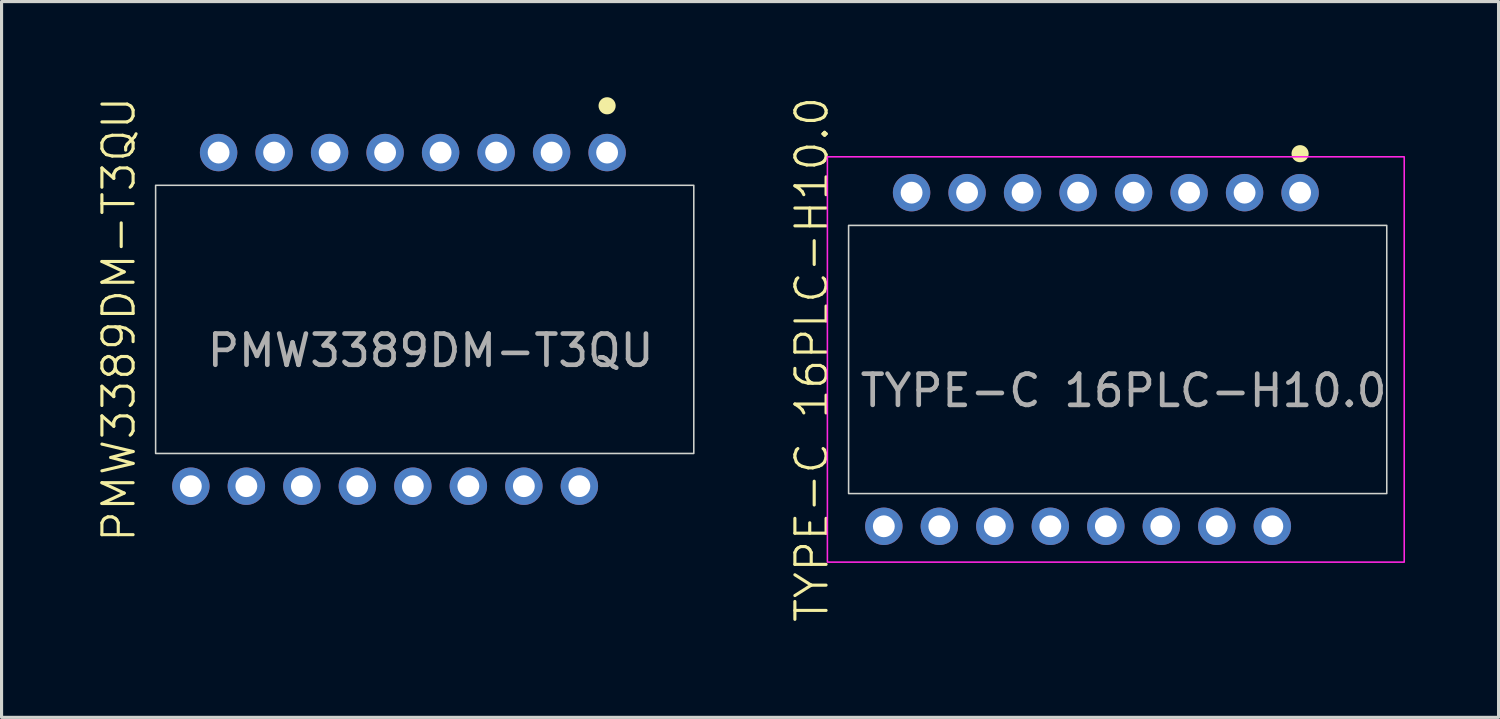
<source format=kicad_pcb>
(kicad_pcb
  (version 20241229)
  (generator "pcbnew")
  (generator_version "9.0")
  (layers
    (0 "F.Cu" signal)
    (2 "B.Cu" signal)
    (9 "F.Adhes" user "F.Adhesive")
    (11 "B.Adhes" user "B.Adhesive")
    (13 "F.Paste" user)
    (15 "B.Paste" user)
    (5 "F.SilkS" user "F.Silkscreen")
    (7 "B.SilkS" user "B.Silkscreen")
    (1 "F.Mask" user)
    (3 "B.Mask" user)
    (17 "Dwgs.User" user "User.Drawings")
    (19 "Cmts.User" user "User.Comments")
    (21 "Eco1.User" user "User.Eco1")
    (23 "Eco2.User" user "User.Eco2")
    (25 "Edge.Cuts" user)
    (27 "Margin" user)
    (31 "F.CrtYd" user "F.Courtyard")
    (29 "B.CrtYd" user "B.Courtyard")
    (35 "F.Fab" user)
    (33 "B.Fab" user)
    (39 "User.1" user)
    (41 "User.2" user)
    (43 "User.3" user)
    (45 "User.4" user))
  (footprint "PMW3389DM-T3QU"
    (layer "F.Cu")
    (at 10.761 7.193)
    (property "Reference" "PMW3389DM-T3QU" (at -10 0 90) (unlocked yes) (layer "F.SilkS") (effects (font (size 1 1) (thickness 0.1))))
    (attr through_hole)
    (fp_circle (center 5.66 -6.85) (end 5.91 -6.85) (stroke (width 0.05) (type solid)) (fill yes) (layer "F.SilkS"))
    (fp_rect (start -8.82 -4.3) (end 8.44 4.3) (stroke (width 0.05) (type default)) (fill no) (layer "Edge.Cuts"))
    (fp_text user "${REFERENCE}" (at 0 1 0) (unlocked yes) (layer "F.Fab") (effects (font (size 1 1) (thickness 0.15))))
    (pad "1" thru_hole circle (at 5.66 -5.35) (size 1.2 1.2) (drill 0.7) (layers "*.Cu" "*.Mask"))
    (pad "2" thru_hole circle (at 3.88 -5.35) (size 1.2 1.2) (drill 0.7) (layers "*.Cu" "*.Mask"))
    (pad "3" thru_hole circle (at 2.1 -5.35) (size 1.2 1.2) (drill 0.7) (layers "*.Cu" "*.Mask"))
    (pad "4" thru_hole circle (at 0.32 -5.35) (size 1.2 1.2) (drill 0.7) (layers "*.Cu" "*.Mask"))
    (pad "5" thru_hole circle (at -1.46 -5.35) (size 1.2 1.2) (drill 0.7) (layers "*.Cu" "*.Mask"))
    (pad "6" thru_hole circle (at -3.24 -5.35) (size 1.2 1.2) (drill 0.7) (layers "*.Cu" "*.Mask"))
    (pad "7" thru_hole circle (at -5.02 -5.35) (size 1.2 1.2) (drill 0.7) (layers "*.Cu" "*.Mask"))
    (pad "8" thru_hole circle (at -6.8 -5.35) (size 1.2 1.2) (drill 0.7) (layers "*.Cu" "*.Mask"))
    (pad "9" thru_hole circle (at -7.69 5.35) (size 1.2 1.2) (drill 0.7) (layers "*.Cu" "*.Mask"))
    (pad "10" thru_hole circle (at -5.91 5.35) (size 1.2 1.2) (drill 0.7) (layers "*.Cu" "*.Mask"))
    (pad "11" thru_hole circle (at -4.13 5.35) (size 1.2 1.2) (drill 0.7) (layers "*.Cu" "*.Mask"))
    (pad "12" thru_hole circle (at -2.35 5.35) (size 1.2 1.2) (drill 0.7) (layers "*.Cu" "*.Mask"))
    (pad "13" thru_hole circle (at -0.57 5.35) (size 1.2 1.2) (drill 0.7) (layers "*.Cu" "*.Mask"))
    (pad "14" thru_hole circle (at 1.21 5.35) (size 1.2 1.2) (drill 0.7) (layers "*.Cu" "*.Mask"))
    (pad "15" thru_hole circle (at 2.99 5.35) (size 1.2 1.2) (drill 0.7) (layers "*.Cu" "*.Mask"))
    (pad "16" thru_hole circle (at 4.77 5.35) (size 1.2 1.2) (drill 0.7) (layers "*.Cu" "*.Mask")))
  (footprint "TYPE-C 16PLC-H10.0"
    (layer "F.Cu")
    (at 32.986 8.479)
    (property "Reference" "TYPE-C 16PLC-H10.0" (at -10 0 90) (unlocked yes) (layer "F.SilkS") (effects (font (size 1 1) (thickness 0.1))))
    (attr through_hole)
    (fp_circle (center 5.66 -6.6) (end 5.91 -6.6) (stroke (width 0.05) (type solid)) (fill yes) (layer "F.SilkS"))
    (fp_rect (start -8.82 -4.3) (end 8.44 4.3) (stroke (width 0.05) (type default)) (fill no) (layer "Edge.Cuts"))
    (fp_rect (start -9.5 -6.5) (end 9 6.5) (stroke (width 0.05) (type default)) (fill no) (layer "F.CrtYd"))
    (fp_text user "${REFERENCE}" (at 0 1 0) (unlocked yes) (layer "F.Fab") (effects (font (size 1 1) (thickness 0.15))))
    (pad "1" thru_hole circle (at 5.66 -5.35) (size 1.2 1.2) (drill 0.7) (layers "*.Cu" "*.Mask"))
    (pad "2" thru_hole circle (at 3.88 -5.35) (size 1.2 1.2) (drill 0.7) (layers "*.Cu" "*.Mask"))
    (pad "3" thru_hole circle (at 2.1 -5.35) (size 1.2 1.2) (drill 0.7) (layers "*.Cu" "*.Mask"))
    (pad "4" thru_hole circle (at 0.32 -5.35) (size 1.2 1.2) (drill 0.7) (layers "*.Cu" "*.Mask"))
    (pad "5" thru_hole circle (at -1.46 -5.35) (size 1.2 1.2) (drill 0.7) (layers "*.Cu" "*.Mask"))
    (pad "6" thru_hole circle (at -3.24 -5.35) (size 1.2 1.2) (drill 0.7) (layers "*.Cu" "*.Mask"))
    (pad "7" thru_hole circle (at -5.02 -5.35) (size 1.2 1.2) (drill 0.7) (layers "*.Cu" "*.Mask"))
    (pad "8" thru_hole circle (at -6.8 -5.35) (size 1.2 1.2) (drill 0.7) (layers "*.Cu" "*.Mask"))
    (pad "9" thru_hole circle (at -7.69 5.35) (size 1.2 1.2) (drill 0.7) (layers "*.Cu" "*.Mask"))
    (pad "10" thru_hole circle (at -5.91 5.35) (size 1.2 1.2) (drill 0.7) (layers "*.Cu" "*.Mask"))
    (pad "11" thru_hole circle (at -4.13 5.35) (size 1.2 1.2) (drill 0.7) (layers "*.Cu" "*.Mask"))
    (pad "12" thru_hole circle (at -2.35 5.35) (size 1.2 1.2) (drill 0.7) (layers "*.Cu" "*.Mask"))
    (pad "13" thru_hole circle (at -0.57 5.35) (size 1.2 1.2) (drill 0.7) (layers "*.Cu" "*.Mask"))
    (pad "14" thru_hole circle (at 1.21 5.35) (size 1.2 1.2) (drill 0.7) (layers "*.Cu" "*.Mask"))
    (pad "15" thru_hole circle (at 2.99 5.35) (size 1.2 1.2) (drill 0.7) (layers "*.Cu" "*.Mask"))
    (pad "16" thru_hole circle (at 4.77 5.35) (size 1.2 1.2) (drill 0.7) (layers "*.Cu" "*.Mask")))
  (gr_rect
    (start -3 -3)
    (end 45.011 19.957)
    (stroke (width 0.1) (type default))
    (fill no)
    (layer "Edge.Cuts")))
</source>
